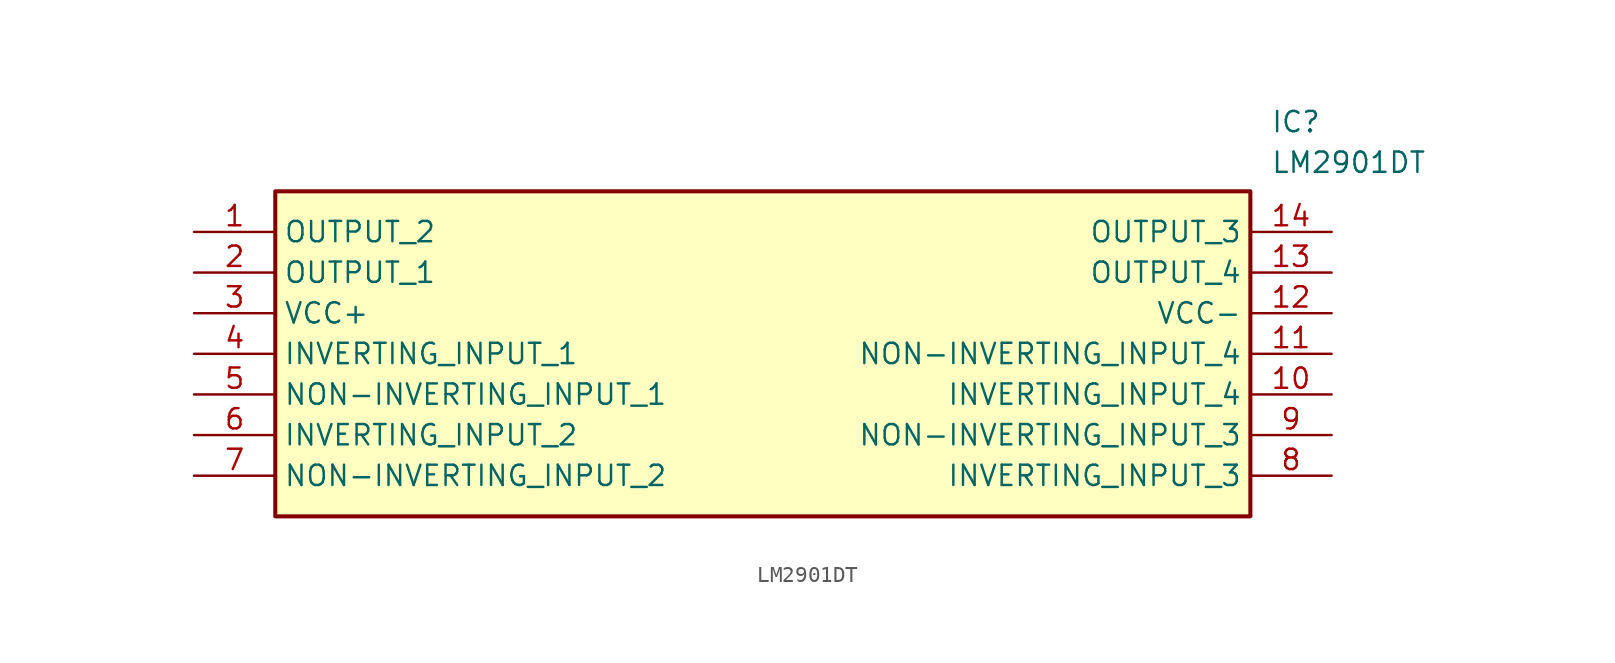
<source format=kicad_sym>
(kicad_symbol_lib
  (version 20211014)
  (generator SamacSys_ECAD_Model)
  (symbol "LM2901DT"
    (property "Reference" "IC"
      (at 67.31 7.62 0)
      (effects (font (size 1.27 1.27)) (justify left top)))
    (property "Value" "LM2901DT"
      (at 67.31 5.08 0)
      (effects (font (size 1.27 1.27)) (justify left top)))
    (rectangle
      (start 5.08 2.54)
      (end 66.04 -17.78)
      (stroke (width 0.254) (type default))
      (fill (type background)))
    (pin passive line
      (at 0 0 0)
      (length 5.08)
      (name "OUTPUT_2" (effects (font (size 1.27 1.27))))
      (number "1" (effects (font (size 1.27 1.27)))))
    (pin passive line
      (at 0 -2.54 0)
      (length 5.08)
      (name "OUTPUT_1" (effects (font (size 1.27 1.27))))
      (number "2" (effects (font (size 1.27 1.27)))))
    (pin passive line
      (at 0 -5.08 0)
      (length 5.08)
      (name "VCC+" (effects (font (size 1.27 1.27))))
      (number "3" (effects (font (size 1.27 1.27)))))
    (pin passive line
      (at 0 -7.62 0)
      (length 5.08)
      (name "INVERTING_INPUT_1" (effects (font (size 1.27 1.27))))
      (number "4" (effects (font (size 1.27 1.27)))))
    (pin passive line
      (at 0 -10.16 0)
      (length 5.08)
      (name "NON-INVERTING_INPUT_1" (effects (font (size 1.27 1.27))))
      (number "5" (effects (font (size 1.27 1.27)))))
    (pin passive line
      (at 0 -12.7 0)
      (length 5.08)
      (name "INVERTING_INPUT_2" (effects (font (size 1.27 1.27))))
      (number "6" (effects (font (size 1.27 1.27)))))
    (pin passive line
      (at 0 -15.24 0)
      (length 5.08)
      (name "NON-INVERTING_INPUT_2" (effects (font (size 1.27 1.27))))
      (number "7" (effects (font (size 1.27 1.27)))))
    (pin passive line
      (at 71.12 0 180)
      (length 5.08)
      (name "OUTPUT_3" (effects (font (size 1.27 1.27))))
      (number "14" (effects (font (size 1.27 1.27)))))
    (pin passive line
      (at 71.12 -2.54 180)
      (length 5.08)
      (name "OUTPUT_4" (effects (font (size 1.27 1.27))))
      (number "13" (effects (font (size 1.27 1.27)))))
    (pin passive line
      (at 71.12 -5.08 180)
      (length 5.08)
      (name "VCC-" (effects (font (size 1.27 1.27))))
      (number "12" (effects (font (size 1.27 1.27)))))
    (pin passive line
      (at 71.12 -7.62 180)
      (length 5.08)
      (name "NON-INVERTING_INPUT_4" (effects (font (size 1.27 1.27))))
      (number "11" (effects (font (size 1.27 1.27)))))
    (pin passive line
      (at 71.12 -10.16 180)
      (length 5.08)
      (name "INVERTING_INPUT_4" (effects (font (size 1.27 1.27))))
      (number "10" (effects (font (size 1.27 1.27)))))
    (pin passive line
      (at 71.12 -12.7 180)
      (length 5.08)
      (name "NON-INVERTING_INPUT_3" (effects (font (size 1.27 1.27))))
      (number "9" (effects (font (size 1.27 1.27)))))
    (pin passive line
      (at 71.12 -15.24 180)
      (length 5.08)
      (name "INVERTING_INPUT_3" (effects (font (size 1.27 1.27))))
      (number "8" (effects (font (size 1.27 1.27)))))))
</source>
